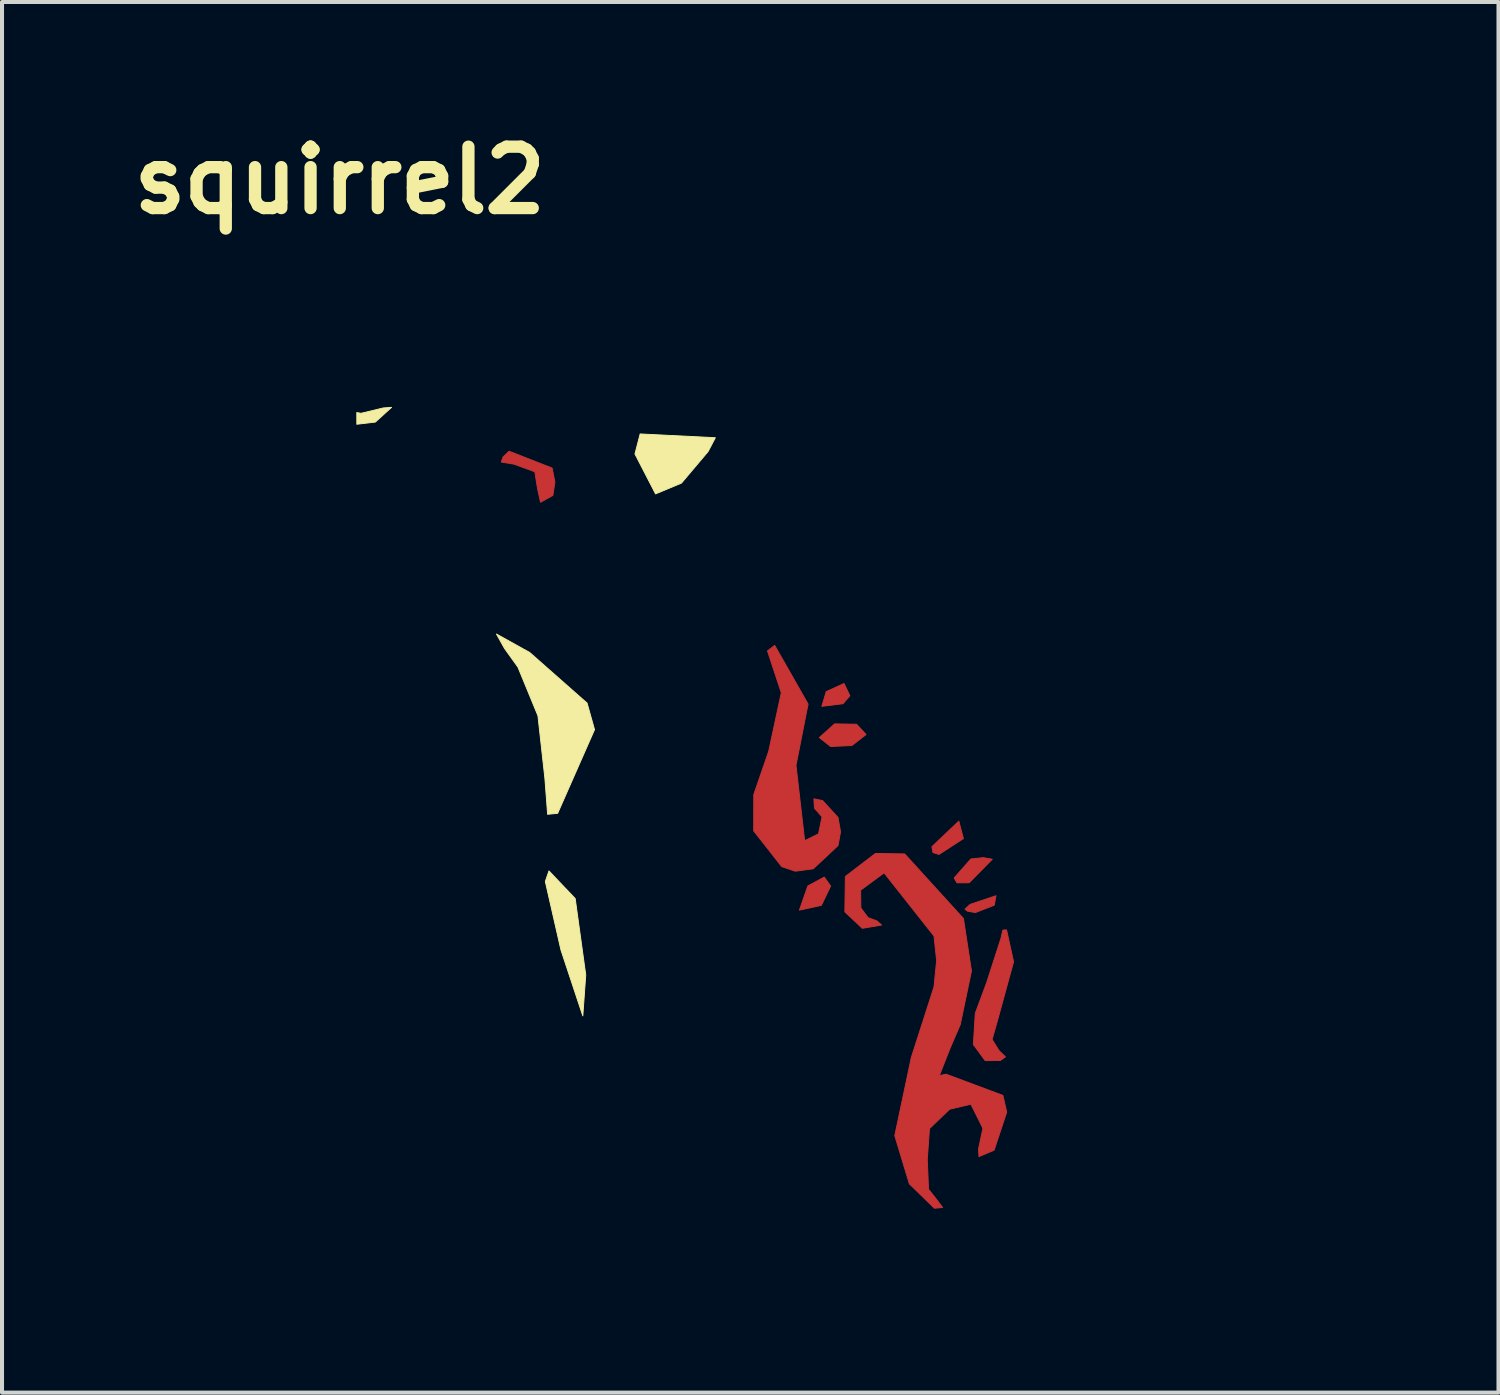
<source format=kicad_pcb>
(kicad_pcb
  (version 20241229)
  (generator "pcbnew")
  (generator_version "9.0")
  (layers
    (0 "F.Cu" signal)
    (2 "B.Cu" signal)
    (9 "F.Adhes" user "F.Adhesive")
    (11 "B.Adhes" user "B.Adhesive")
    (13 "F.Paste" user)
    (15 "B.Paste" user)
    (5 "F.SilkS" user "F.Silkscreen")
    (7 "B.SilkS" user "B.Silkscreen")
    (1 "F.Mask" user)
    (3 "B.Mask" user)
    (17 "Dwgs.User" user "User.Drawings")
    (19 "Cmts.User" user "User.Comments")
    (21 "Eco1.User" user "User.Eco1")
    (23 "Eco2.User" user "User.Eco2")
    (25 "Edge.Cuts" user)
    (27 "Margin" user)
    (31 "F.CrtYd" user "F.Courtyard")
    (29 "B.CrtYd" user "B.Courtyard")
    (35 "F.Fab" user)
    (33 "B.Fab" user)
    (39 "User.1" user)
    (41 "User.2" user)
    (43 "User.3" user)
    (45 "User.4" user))
  (footprint "squirrel2"
    (layer "F.Cu")
    (at 5.385 4.531)
    (property "Reference" "squirrel2" (at 0 -3.105 0) (layer "F.SilkS") (effects (font (size 1.524 1.524) (thickness 0.305))))
    (attr exclude_from_pos_files exclude_from_bom)
    (fp_poly (pts (xy 11.41 15.013) (xy 11.619 14.412) (xy 12.026 14.192) (xy 12.185 14.415) (xy 11.956 14.893) (xy 11.41 15.013)) (stroke (width 0.023) (type solid)) (fill yes) (layer "F.Cu"))
    (fp_poly (pts (xy 11.966 9.954) (xy 12.076 9.587) (xy 12.518 9.386) (xy 12.662 9.69) (xy 12.493 9.888) (xy 11.966 9.954)) (stroke (width 0.023) (type solid)) (fill yes) (layer "F.Cu"))
    (fp_poly (pts (xy 14.725 13.583) (xy 14.699 13.438) (xy 15.367 12.803) (xy 15.481 13.236) (xy 14.876 13.63) (xy 14.725 13.583) (xy 14.725 13.583)) (stroke (width 0.023) (type solid)) (fill yes) (layer "F.Cu"))
    (fp_poly (pts (xy 12.185 10.951) (xy 11.905 10.729) (xy 12.284 10.388) (xy 12.829 10.398) (xy 13.064 10.653) (xy 12.712 10.926) (xy 12.185 10.951) (xy 12.185 10.951)) (stroke (width 0.023) (type solid)) (fill yes) (layer "F.Cu"))
    (fp_poly (pts (xy 15.32 14.334) (xy 15.251 14.214) (xy 15.666 13.742) (xy 15.975 13.709) (xy 16.198 13.748) (xy 15.624 14.333) (xy 15.32 14.334) (xy 15.32 14.334)) (stroke (width 0.023) (type solid)) (fill yes) (layer "F.Cu"))
    (fp_poly (pts (xy 15.579 15.036) (xy 15.52 14.986) (xy 15.649 14.869) (xy 16.289 14.655) (xy 16.247 14.89) (xy 15.778 15.073) (xy 15.579 15.036) (xy 15.579 15.036)) (stroke (width 0.023) (type solid)) (fill yes) (layer "F.Cu"))
    (fp_poly (pts (xy 4.983 4.888) (xy 4.907 4.539) (xy 4.842 4.131) (xy 4.324 3.941) (xy 4.009 3.889) (xy 4.056 3.76) (xy 4.203 3.62) (xy 5.271 4.038) (xy 5.34 4.385) (xy 5.29 4.717) (xy 4.983 4.888)) (stroke (width 0.023) (type solid)) (fill yes) (layer "F.Cu"))
    (fp_poly (pts (xy 16.022 18.749) (xy 15.728 18.348) (xy 15.776 17.573) (xy 16.058 16.812) (xy 16.415 15.707) (xy 16.459 15.508) (xy 16.552 15.502) (xy 16.726 16.295) (xy 16.338 17.713) (xy 16.193 18.223) (xy 16.366 18.501) (xy 16.525 18.654) (xy 16.398 18.746) (xy 16.022 18.748) (xy 16.022 18.749)) (stroke (width 0.023) (type solid)) (fill yes) (layer "F.Cu"))
    (fp_poly (pts (xy 11.308 14.046) (xy 10.971 13.932) (xy 10.275 13.045) (xy 10.277 12.144) (xy 10.648 11.067) (xy 10.96 9.616) (xy 10.617 8.577) (xy 10.796 8.44) (xy 11.625 9.897) (xy 11.325 11.418) (xy 11.54 13.288) (xy 11.884 13.12) (xy 11.972 12.697) (xy 11.783 12.481) (xy 11.769 12.249) (xy 11.986 12.293) (xy 12.368 12.712) (xy 12.431 13.068) (xy 12.368 13.41) (xy 11.752 13.987) (xy 11.308 14.046) (xy 11.308 14.046)) (stroke (width 0.023) (type solid)) (fill yes) (layer "F.Cu"))
    (fp_poly (pts (xy 14.762 22.413) (xy 14.139 21.807) (xy 13.777 20.611) (xy 14.187 18.673) (xy 14.751 16.918) (xy 14.816 16.263) (xy 14.751 15.655) (xy 13.512 14.087) (xy 12.93 14.517) (xy 12.935 14.957) (xy 13.113 15.198) (xy 13.335 15.281) (xy 13.45 15.383) (xy 12.972 15.464) (xy 12.538 15.055) (xy 12.55 14.177) (xy 13.298 13.605) (xy 14.023 13.617) (xy 15.482 15.221) (xy 15.681 16.522) (xy 15.403 17.854) (xy 15.147 18.448) (xy 14.883 19.12) (xy 15.051 19.085) (xy 16.462 19.612) (xy 16.556 20.027) (xy 16.243 20.971) (xy 15.867 21.131) (xy 15.857 20.94) (xy 15.965 20.428) (xy 15.667 19.83) (xy 15.138 19.955) (xy 14.639 20.435) (xy 14.584 21.201) (xy 14.615 21.941) (xy 14.809 22.187) (xy 14.965 22.394) (xy 14.762 22.413) (xy 14.762 22.413)) (stroke (width 0.023) (type solid)) (fill yes) (layer "F.Cu"))
    (fp_poly (pts (xy 13.377 11.867) (xy 13.496 11.692) (xy 13.566 11.881) (xy 13.377 11.867)) (stroke (width 0.023) (type solid)) (fill yes) (layer "F.Mask"))
    (fp_poly (pts (xy 12.677 17.037) (xy 12.914 16.771) (xy 12.827 17.029) (xy 12.677 17.037) (xy 12.677 17.037)) (stroke (width 0.023) (type solid)) (fill yes) (layer "F.Mask"))
    (fp_poly (pts (xy 5.654 23.965) (xy 12.924 18.489) (xy 13.167 18.393) (xy 13.167 18.393) (xy 13.384 17.847) (xy 13.625 17.42) (xy 14.267 17.375) (xy 14.395 17.367) (xy 14.381 17.228) (xy 13.694 16.641) (xy 13.606 16.606) (xy 13.782 16.429) (xy 14.016 16.152) (xy 13.998 15.573) (xy 13.193 15.754) (xy 12.987 16.034) (xy 12.954 16.139) (xy 12.821 16.021) (xy 12.34 15.715) (xy 12.014 15.731) (xy 12.098 16.517) (xy 11.994 16.782) (xy 11.576 17.204) (xy 11.391 17.738) (xy 11.705 17.842) (xy 12.224 17.661) (xy 12.412 17.578) (xy 12.436 17.682) (xy 12.924 18.489) (xy 5.654 23.965) (xy 4.95 23.752) (xy 4.437 23.03) (xy 4.487 22.723) (xy 5.299 22.251) (xy 7.261 22.107) (xy 7.855 22.107) (xy 7.459 21.702) (xy 13.734 12.676) (xy 14.013 12.927) (xy 14.093 12.811) (xy 14.093 12.811) (xy 14.135 12.28) (xy 14.114 12.154) (xy 14.305 12.171) (xy 14.841 12.031) (xy 14.762 11.692) (xy 14.251 11.435) (xy 14.086 11.166) (xy 13.925 10.757) (xy 13.35 11.186) (xy 13.28 11.295) (xy 13.163 11.212) (xy 12.798 11.11) (xy 12.35 11.26) (xy 12.688 11.752) (xy 12.68 12.146) (xy 12.772 12.722) (xy 13.391 12.477) (xy 13.459 12.418) (xy 13.734 12.676) (xy 7.459 21.702) (xy 6.514 20.511) (xy 5.551 18.362) (xy 4.999 16.848) (xy 4.594 15.385) (xy 4.32 14.46) (xy 3.324 14.902) (xy 2.766 15.155) (xy 2.335 14.717) (xy 2.57 14.281) (xy 2.654 14.156) (xy 3.145 13.689) (xy 3.93 13.295) (xy 4.271 13.156) (xy 4.476 11.973) (xy 4.203 10.15) (xy 3.495 6.46) (xy 3.948 6.012) (xy 4.022 5.654) (xy 3.801 5.107) (xy 3.192 4.847) (xy 2.858 4.91) (xy 2.39 5.37) (xy 2.315 5.701) (xy 2.392 6.035) (xy 2.928 6.471) (xy 3.495 6.46) (xy 3.495 6.46) (xy 4.203 10.15) (xy 3.491 8.867) (xy 2.302 7.853) (xy 0.935 6.684) (xy 0.115 4.942) (xy 0.000091 3.326) (xy 0.002 2.53) (xy 0.062 2.375) (xy 0.303 1.983) (xy 1.062 2.016) (xy 2.771 1.934) (xy 4.682 1.67) (xy 4.896 1.68) (xy 5.315 1.401) (xy 6.585 0.728) (xy 6.916 0.598) (xy 7.025 0.555) (xy 7.067 0.77) (xy 7.107 2.501) (xy 7.127 2.916) (xy 7.583 2.891) (xy 8.944 2.965) (xy 9.63 3.171) (xy 9.656 3.307) (xy 9.513 3.591) (xy 8.495 4.82) (xy 8.247 5.026) (xy 8.445 5.416) (xy 9.183 6.436) (xy 11.143 8.092) (xy 11.675 8.512) (xy 12.365 9.024) (xy 13.79 10.182) (xy 15.043 11.651) (xy 16.075 13.389) (xy 16.672 14.802) (xy 17.06 16.244) (xy 17.162 16.708) (xy 17.036 15.503) (xy 16.311 13.358) (xy 14.964 11.158) (xy 13.889 9.89) (xy 13.277 9.071) (xy 13.214 8.622) (xy 13.316 7.398) (xy 13.739 5.413) (xy 14.416 3.676) (xy 15.342 2.208) (xy 16.468 1.094) (xy 18.357 0.166) (xy 20.147 0.000272) (xy 22.043 0.143) (xy 23.122 0.503) (xy 24.564 1.492) (xy 25.451 2.885) (xy 25.753 4.638) (xy 25.513 6.221) (xy 24.849 7.432) (xy 23.903 8.051) (xy 23.244 8.182) (xy 23.397 7.93) (xy 23.781 6.953) (xy 22.535 5.6) (xy 21.31 5.884) (xy 20.634 7.759) (xy 20.84 9.02) (xy 21.537 11.365) (xy 22.139 13.29) (xy 22.453 14.431) (xy 22.796 16.426) (xy 22.746 18.162) (xy 22.301 19.708) (xy 21.233 21.379) (xy 19.706 22.654) (xy 17.827 23.443) (xy 16.288 23.667) (xy 14.788 23.523) (xy 13.758 23.37) (xy 12.495 23.332) (xy 11.067 23.344) (xy 9.359 23.632) (xy 7.335 23.978) (xy 5.654 23.965) (xy 5.654 23.965)) (stroke (width 0.023) (type solid)) (fill yes) (layer "F.Mask"))
    (fp_poly (pts (xy 7.839 4.68) (xy 7.327 3.689) (xy 7.456 3.191) (xy 9.323 3.285) (xy 9.143 3.628) (xy 8.481 4.412) (xy 7.839 4.68)) (stroke (width 0.023) (type solid)) (fill yes) (layer "F.SilkS"))
    (fp_poly (pts (xy 0.423 2.951) (xy 0.422 2.66) (xy 0.527 2.679) (xy 1.079 2.546) (xy 1.285 2.531) (xy 0.882 2.897) (xy 0.423 2.951) (xy 0.423 2.951)) (stroke (width 0.023) (type solid)) (fill yes) (layer "F.SilkS"))
    (fp_poly (pts (xy 6.033 17.638) (xy 5.491 16.005) (xy 5.102 14.302) (xy 5.192 14.039) (xy 5.844 14.725) (xy 6.106 16.621) (xy 6.033 17.638) (xy 6.033 17.638)) (stroke (width 0.023) (type solid)) (fill yes) (layer "F.SilkS"))
    (fp_poly (pts (xy 5.159 12.633) (xy 5.091 11.739) (xy 4.919 10.188) (xy 4.422 8.98) (xy 4.089 8.516) (xy 3.889 8.158) (xy 4.715 8.617) (xy 6.139 9.873) (xy 6.324 10.532) (xy 5.408 12.61) (xy 5.159 12.633)) (stroke (width 0.023) (type solid)) (fill yes) (layer "F.SilkS")))
  (gr_rect
    (start -3 -3)
    (end 34.149 31.521)
    (stroke (width 0.1) (type default))
    (fill no)
    (layer "Edge.Cuts")))
</source>
